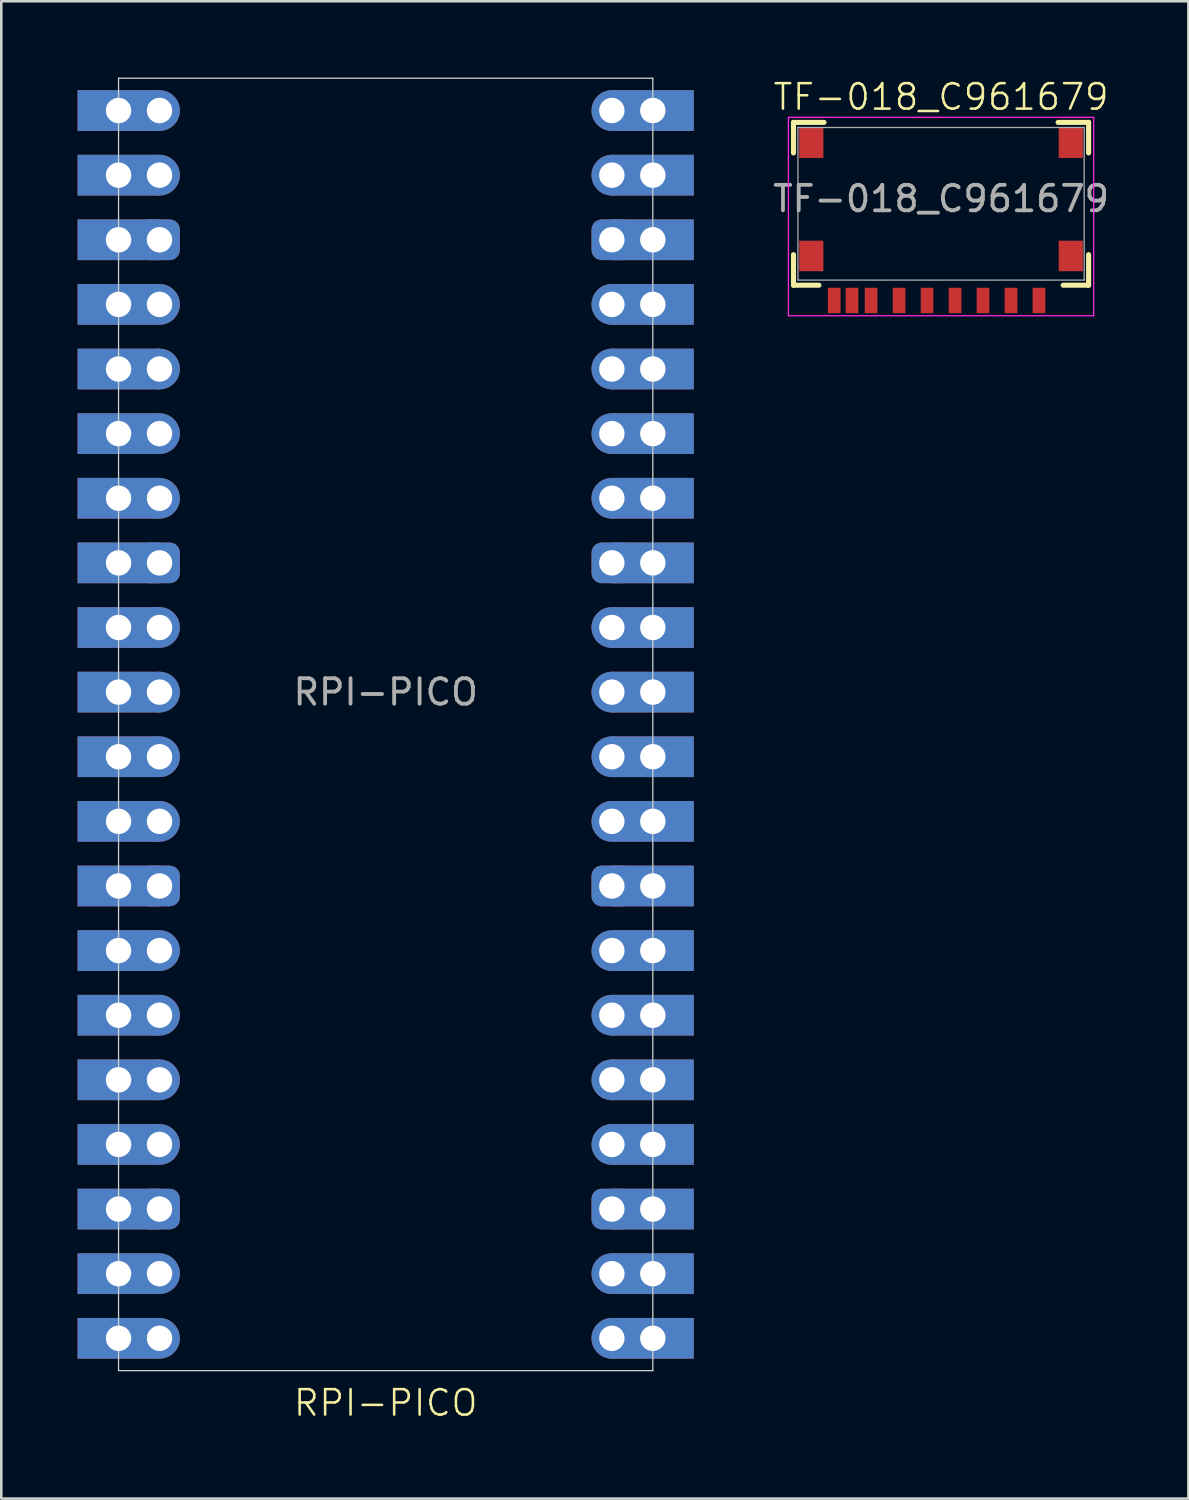
<source format=kicad_pcb>
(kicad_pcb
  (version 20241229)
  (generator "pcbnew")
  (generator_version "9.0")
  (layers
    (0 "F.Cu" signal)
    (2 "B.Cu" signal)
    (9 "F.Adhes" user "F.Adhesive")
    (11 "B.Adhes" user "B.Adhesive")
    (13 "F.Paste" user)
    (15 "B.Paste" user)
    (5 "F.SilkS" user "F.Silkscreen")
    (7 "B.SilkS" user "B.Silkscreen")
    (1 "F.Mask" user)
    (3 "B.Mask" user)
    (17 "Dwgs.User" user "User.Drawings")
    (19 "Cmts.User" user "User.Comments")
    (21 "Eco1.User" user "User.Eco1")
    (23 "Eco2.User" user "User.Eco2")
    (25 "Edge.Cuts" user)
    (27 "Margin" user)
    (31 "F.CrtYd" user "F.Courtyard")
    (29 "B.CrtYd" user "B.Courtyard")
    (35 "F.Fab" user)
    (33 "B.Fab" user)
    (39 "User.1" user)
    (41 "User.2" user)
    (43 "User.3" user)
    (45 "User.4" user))
  (footprint "TF-018_C961679"
    (layer "F.Cu")
    (at 33.94 8.761)
    (property "Reference" "TF-018_C961679" (at 0 -8 0) (unlocked yes) (layer "F.SilkS") (effects (font (size 1 1) (thickness 0.1))))
    (attr smd)
    (fp_line (start -5.8 -5.8) (end -5.8 -7) (stroke (width 0.2) (type default)) (layer "F.SilkS"))
    (fp_line (start -5.8 -1.8) (end -5.8 -0.6) (stroke (width 0.2) (type default)) (layer "F.SilkS"))
    (fp_line (start -4.8 -0.6) (end -5.8 -0.6) (stroke (width 0.2) (type default)) (layer "F.SilkS"))
    (fp_line (start -4.6 -7) (end -5.8 -7) (stroke (width 0.2) (type default)) (layer "F.SilkS"))
    (fp_line (start 4.6 -7) (end 5.8 -7) (stroke (width 0.2) (type default)) (layer "F.SilkS"))
    (fp_line (start 4.8 -0.6) (end 5.8 -0.6) (stroke (width 0.2) (type default)) (layer "F.SilkS"))
    (fp_line (start 5.8 -5.8) (end 5.8 -7) (stroke (width 0.2) (type default)) (layer "F.SilkS"))
    (fp_line (start 5.8 -1.8) (end 5.8 -0.6) (stroke (width 0.2) (type default)) (layer "F.SilkS"))
    (fp_line (start -6 -7.2) (end 6 -7.2) (stroke (width 0.05) (type default)) (layer "F.CrtYd"))
    (fp_line (start -6 0.6) (end -6 -7.2) (stroke (width 0.05) (type default)) (layer "F.CrtYd"))
    (fp_line (start 6 -7.2) (end 6 0.6) (stroke (width 0.05) (type default)) (layer "F.CrtYd"))
    (fp_line (start 6 0.6) (end -6 0.6) (stroke (width 0.05) (type default)) (layer "F.CrtYd"))
    (fp_line (start -5.625 -6.8) (end 5.625 -6.8) (stroke (width 0.05) (type default)) (layer "F.Fab"))
    (fp_line (start -5.625 -0.8) (end -5.625 -6.8) (stroke (width 0.05) (type default)) (layer "F.Fab"))
    (fp_line (start 5.625 -6.8) (end 5.625 -0.8) (stroke (width 0.05) (type default)) (layer "F.Fab"))
    (fp_line (start 5.625 -0.8) (end -5.625 -0.8) (stroke (width 0.05) (type default)) (layer "F.Fab"))
    (fp_text user "${REFERENCE}" (at 0 -4 0) (unlocked yes) (layer "F.Fab") (effects (font (size 1 1) (thickness 0.15))))
    (pad "1" smd rect (at 3.85 0) (size 0.5 1) (layers "F.Cu" "F.Mask" "F.Paste"))
    (pad "2" smd rect (at 2.75 0) (size 0.5 1) (layers "F.Cu" "F.Mask" "F.Paste"))
    (pad "3" smd rect (at 1.65 0) (size 0.5 1) (layers "F.Cu" "F.Mask" "F.Paste"))
    (pad "4" smd rect (at 0.55 0) (size 0.5 1) (layers "F.Cu" "F.Mask" "F.Paste"))
    (pad "5" smd rect (at -0.55 0) (size 0.5 1) (layers "F.Cu" "F.Mask" "F.Paste"))
    (pad "6" smd rect (at -1.65 0) (size 0.5 1) (layers "F.Cu" "F.Mask" "F.Paste"))
    (pad "7" smd rect (at -2.75 0) (size 0.5 1) (layers "F.Cu" "F.Mask" "F.Paste"))
    (pad "8" smd rect (at -3.5 0) (size 0.5 1) (layers "F.Cu" "F.Mask" "F.Paste"))
    (pad "9" smd rect (at -4.2 0) (size 0.5 1) (layers "F.Cu" "F.Mask" "F.Paste"))
    (pad "10" smd rect (at -5.1 -6.2) (size 0.95 1.2) (layers "F.Cu" "F.Mask" "F.Paste"))
    (pad "10" smd rect (at -5.1 -1.75) (size 0.95 1.2) (layers "F.Cu" "F.Mask" "F.Paste"))
    (pad "10" smd rect (at 5.1 -6.2) (size 0.95 1.2) (layers "F.Cu" "F.Mask" "F.Paste"))
    (pad "10" smd rect (at 5.1 -1.75) (size 0.95 1.2) (layers "F.Cu" "F.Mask" "F.Paste")))
  (footprint "RPI-PICO"
    (layer "F.Cu")
    (at 12.11 25.425)
    (property "Reference" "RPI-PICO" (at 0 26.67 0) (unlocked yes) (layer "F.SilkS") (effects (font (size 1 1) (thickness 0.1))))
    (attr smd)
    (fp_line (start -10.5 -25.4) (end 10.5 -25.4) (stroke (width 0.05) (type default)) (layer "Edge.Cuts"))
    (fp_line (start -10.5 25.4) (end -10.5 -25.4) (stroke (width 0.05) (type default)) (layer "Edge.Cuts"))
    (fp_line (start 10.5 -25.4) (end 10.5 25.4) (stroke (width 0.05) (type default)) (layer "Edge.Cuts"))
    (fp_line (start 10.5 25.4) (end -10.5 25.4) (stroke (width 0.05) (type default)) (layer "Edge.Cuts"))
    (fp_text user "${REFERENCE}" (at 0 -1.27 0) (unlocked yes) (layer "F.Fab") (effects (font (size 1 1) (thickness 0.15))))
    (pad "1" thru_hole rect (at -10.5 -24.13) (size 3.22 1.6) (drill 1) (layers "*.Cu" "*.Mask"))
    (pad "1" thru_hole circle (at -8.89 -24.13) (size 1.6 1.6) (drill 1) (layers "*.Cu" "*.Mask"))
    (pad "2" thru_hole rect (at -10.5 -21.59) (size 3.22 1.6) (drill 1) (layers "*.Cu" "*.Mask"))
    (pad "2" thru_hole circle (at -8.89 -21.59) (size 1.6 1.6) (drill 1) (layers "*.Cu" "*.Mask"))
    (pad "3" thru_hole rect (at -10.5 -19.05) (size 3.22 1.6) (drill 1) (layers "*.Cu" "*.Mask"))
    (pad "3" thru_hole roundrect (at -8.89 -19.05) (size 1.6 1.6) (drill 1) (layers "*.Cu" "*.Mask") (roundrect_rratio 0.25))
    (pad "4" thru_hole rect (at -10.5 -16.51) (size 3.22 1.6) (drill 1) (layers "*.Cu" "*.Mask"))
    (pad "4" thru_hole circle (at -8.89 -16.51) (size 1.6 1.6) (drill 1) (layers "*.Cu" "*.Mask"))
    (pad "5" thru_hole rect (at -10.5 -13.97) (size 3.22 1.6) (drill 1) (layers "*.Cu" "*.Mask"))
    (pad "5" thru_hole circle (at -8.89 -13.97) (size 1.6 1.6) (drill 1) (layers "*.Cu" "*.Mask"))
    (pad "6" thru_hole rect (at -10.5 -11.43) (size 3.22 1.6) (drill 1) (layers "*.Cu" "*.Mask"))
    (pad "6" thru_hole circle (at -8.89 -11.43) (size 1.6 1.6) (drill 1) (layers "*.Cu" "*.Mask"))
    (pad "7" thru_hole rect (at -10.5 -8.89) (size 3.22 1.6) (drill 1) (layers "*.Cu" "*.Mask"))
    (pad "7" thru_hole circle (at -8.89 -8.89) (size 1.6 1.6) (drill 1) (layers "*.Cu" "*.Mask"))
    (pad "8" thru_hole rect (at -10.5 -6.35) (size 3.22 1.6) (drill 1) (layers "*.Cu" "*.Mask"))
    (pad "8" thru_hole roundrect (at -8.89 -6.35) (size 1.6 1.6) (drill 1) (layers "*.Cu" "*.Mask") (roundrect_rratio 0.25))
    (pad "9" thru_hole rect (at -10.5 -3.81) (size 3.22 1.6) (drill 1) (layers "*.Cu" "*.Mask"))
    (pad "9" thru_hole circle (at -8.89 -3.81) (size 1.6 1.6) (drill 1) (layers "*.Cu" "*.Mask"))
    (pad "10" thru_hole rect (at -10.5 -1.27) (size 3.22 1.6) (drill 1) (layers "*.Cu" "*.Mask"))
    (pad "10" thru_hole circle (at -8.89 -1.27) (size 1.6 1.6) (drill 1) (layers "*.Cu" "*.Mask"))
    (pad "11" thru_hole rect (at -10.5 1.27) (size 3.22 1.6) (drill 1) (layers "*.Cu" "*.Mask"))
    (pad "11" thru_hole circle (at -8.89 1.27) (size 1.6 1.6) (drill 1) (layers "*.Cu" "*.Mask"))
    (pad "12" thru_hole rect (at -10.5 3.81) (size 3.22 1.6) (drill 1) (layers "*.Cu" "*.Mask"))
    (pad "12" thru_hole circle (at -8.89 3.81) (size 1.6 1.6) (drill 1) (layers "*.Cu" "*.Mask"))
    (pad "13" thru_hole rect (at -10.5 6.35) (size 3.22 1.6) (drill 1) (layers "*.Cu" "*.Mask"))
    (pad "13" thru_hole roundrect (at -8.89 6.35) (size 1.6 1.6) (drill 1) (layers "*.Cu" "*.Mask") (roundrect_rratio 0.25))
    (pad "14" thru_hole rect (at -10.5 8.89) (size 3.22 1.6) (drill 1) (layers "*.Cu" "*.Mask"))
    (pad "14" thru_hole circle (at -8.89 8.89) (size 1.6 1.6) (drill 1) (layers "*.Cu" "*.Mask"))
    (pad "15" thru_hole rect (at -10.5 11.43) (size 3.22 1.6) (drill 1) (layers "*.Cu" "*.Mask"))
    (pad "15" thru_hole circle (at -8.89 11.43) (size 1.6 1.6) (drill 1) (layers "*.Cu" "*.Mask"))
    (pad "16" thru_hole rect (at -10.5 13.97) (size 3.22 1.6) (drill 1) (layers "*.Cu" "*.Mask"))
    (pad "16" thru_hole circle (at -8.89 13.97) (size 1.6 1.6) (drill 1) (layers "*.Cu" "*.Mask"))
    (pad "17" thru_hole rect (at -10.5 16.51) (size 3.22 1.6) (drill 1) (layers "*.Cu" "*.Mask"))
    (pad "17" thru_hole circle (at -8.89 16.51) (size 1.6 1.6) (drill 1) (layers "*.Cu" "*.Mask"))
    (pad "18" thru_hole rect (at -10.5 19.05) (size 3.22 1.6) (drill 1) (layers "*.Cu" "*.Mask"))
    (pad "18" thru_hole roundrect (at -8.89 19.05) (size 1.6 1.6) (drill 1) (layers "*.Cu" "*.Mask") (roundrect_rratio 0.25))
    (pad "19" thru_hole rect (at -10.5 21.59) (size 3.22 1.6) (drill 1) (layers "*.Cu" "*.Mask"))
    (pad "19" thru_hole circle (at -8.89 21.59) (size 1.6 1.6) (drill 1) (layers "*.Cu" "*.Mask"))
    (pad "20" thru_hole rect (at -10.5 24.13) (size 3.22 1.6) (drill 1) (layers "*.Cu" "*.Mask"))
    (pad "20" thru_hole circle (at -8.89 24.13) (size 1.6 1.6) (drill 1) (layers "*.Cu" "*.Mask"))
    (pad "21" thru_hole circle (at 8.89 24.13 180) (size 1.6 1.6) (drill 1) (layers "*.Cu" "*.Mask"))
    (pad "21" thru_hole rect (at 10.5 24.13 180) (size 3.22 1.6) (drill 1) (layers "*.Cu" "*.Mask"))
    (pad "22" thru_hole circle (at 8.89 21.59 180) (size 1.6 1.6) (drill 1) (layers "*.Cu" "*.Mask"))
    (pad "22" thru_hole rect (at 10.5 21.59 180) (size 3.22 1.6) (drill 1) (layers "*.Cu" "*.Mask"))
    (pad "23" thru_hole roundrect (at 8.89 19.05 180) (size 1.6 1.6) (drill 1) (layers "*.Cu" "*.Mask") (roundrect_rratio 0.25))
    (pad "23" thru_hole rect (at 10.5 19.05 180) (size 3.22 1.6) (drill 1) (layers "*.Cu" "*.Mask"))
    (pad "24" thru_hole circle (at 8.89 16.51 180) (size 1.6 1.6) (drill 1) (layers "*.Cu" "*.Mask"))
    (pad "24" thru_hole rect (at 10.5 16.51 180) (size 3.22 1.6) (drill 1) (layers "*.Cu" "*.Mask"))
    (pad "25" thru_hole circle (at 8.89 13.97 180) (size 1.6 1.6) (drill 1) (layers "*.Cu" "*.Mask"))
    (pad "25" thru_hole rect (at 10.5 13.97 180) (size 3.22 1.6) (drill 1) (layers "*.Cu" "*.Mask"))
    (pad "26" thru_hole circle (at 8.89 11.43 180) (size 1.6 1.6) (drill 1) (layers "*.Cu" "*.Mask"))
    (pad "26" thru_hole rect (at 10.5 11.43 180) (size 3.22 1.6) (drill 1) (layers "*.Cu" "*.Mask"))
    (pad "27" thru_hole circle (at 8.89 8.89 180) (size 1.6 1.6) (drill 1) (layers "*.Cu" "*.Mask"))
    (pad "27" thru_hole rect (at 10.5 8.89 180) (size 3.22 1.6) (drill 1) (layers "*.Cu" "*.Mask"))
    (pad "28" thru_hole roundrect (at 8.89 6.35 180) (size 1.6 1.6) (drill 1) (layers "*.Cu" "*.Mask") (roundrect_rratio 0.25))
    (pad "28" thru_hole rect (at 10.5 6.35 180) (size 3.22 1.6) (drill 1) (layers "*.Cu" "*.Mask"))
    (pad "29" thru_hole circle (at 8.89 3.81 180) (size 1.6 1.6) (drill 1) (layers "*.Cu" "*.Mask"))
    (pad "29" thru_hole rect (at 10.5 3.81 180) (size 3.22 1.6) (drill 1) (layers "*.Cu" "*.Mask"))
    (pad "30" thru_hole circle (at 8.89 1.27 180) (size 1.6 1.6) (drill 1) (layers "*.Cu" "*.Mask"))
    (pad "30" thru_hole rect (at 10.5 1.27 180) (size 3.22 1.6) (drill 1) (layers "*.Cu" "*.Mask"))
    (pad "31" thru_hole circle (at 8.89 -1.27 180) (size 1.6 1.6) (drill 1) (layers "*.Cu" "*.Mask"))
    (pad "31" thru_hole rect (at 10.5 -1.27 180) (size 3.22 1.6) (drill 1) (layers "*.Cu" "*.Mask"))
    (pad "32" thru_hole circle (at 8.89 -3.81 180) (size 1.6 1.6) (drill 1) (layers "*.Cu" "*.Mask"))
    (pad "32" thru_hole rect (at 10.5 -3.81 180) (size 3.22 1.6) (drill 1) (layers "*.Cu" "*.Mask"))
    (pad "33" thru_hole roundrect (at 8.89 -6.35 180) (size 1.6 1.6) (drill 1) (layers "*.Cu" "*.Mask") (roundrect_rratio 0.25))
    (pad "33" thru_hole rect (at 10.5 -6.35 180) (size 3.22 1.6) (drill 1) (layers "*.Cu" "*.Mask"))
    (pad "34" thru_hole circle (at 8.89 -8.89 180) (size 1.6 1.6) (drill 1) (layers "*.Cu" "*.Mask"))
    (pad "34" thru_hole rect (at 10.5 -8.89 180) (size 3.22 1.6) (drill 1) (layers "*.Cu" "*.Mask"))
    (pad "35" thru_hole circle (at 8.89 -11.43 180) (size 1.6 1.6) (drill 1) (layers "*.Cu" "*.Mask"))
    (pad "35" thru_hole rect (at 10.5 -11.43 180) (size 3.22 1.6) (drill 1) (layers "*.Cu" "*.Mask"))
    (pad "36" thru_hole circle (at 8.89 -13.97 180) (size 1.6 1.6) (drill 1) (layers "*.Cu" "*.Mask"))
    (pad "36" thru_hole rect (at 10.5 -13.97 180) (size 3.22 1.6) (drill 1) (layers "*.Cu" "*.Mask"))
    (pad "37" thru_hole circle (at 8.89 -16.51 180) (size 1.6 1.6) (drill 1) (layers "*.Cu" "*.Mask"))
    (pad "37" thru_hole rect (at 10.5 -16.51 180) (size 3.22 1.6) (drill 1) (layers "*.Cu" "*.Mask"))
    (pad "38" thru_hole roundrect (at 8.89 -19.05 180) (size 1.6 1.6) (drill 1) (layers "*.Cu" "*.Mask") (roundrect_rratio 0.25))
    (pad "38" thru_hole rect (at 10.5 -19.05 180) (size 3.22 1.6) (drill 1) (layers "*.Cu" "*.Mask"))
    (pad "39" thru_hole circle (at 8.89 -21.59 180) (size 1.6 1.6) (drill 1) (layers "*.Cu" "*.Mask"))
    (pad "39" thru_hole rect (at 10.5 -21.59 180) (size 3.22 1.6) (drill 1) (layers "*.Cu" "*.Mask"))
    (pad "40" thru_hole circle (at 8.89 -24.13 180) (size 1.6 1.6) (drill 1) (layers "*.Cu" "*.Mask"))
    (pad "40" thru_hole rect (at 10.5 -24.13 180) (size 3.22 1.6) (drill 1) (layers "*.Cu" "*.Mask")))
  (gr_rect
    (start -3 -3)
    (end 43.66 55.855)
    (stroke (width 0.1) (type default))
    (fill no)
    (layer "Edge.Cuts")))
</source>
